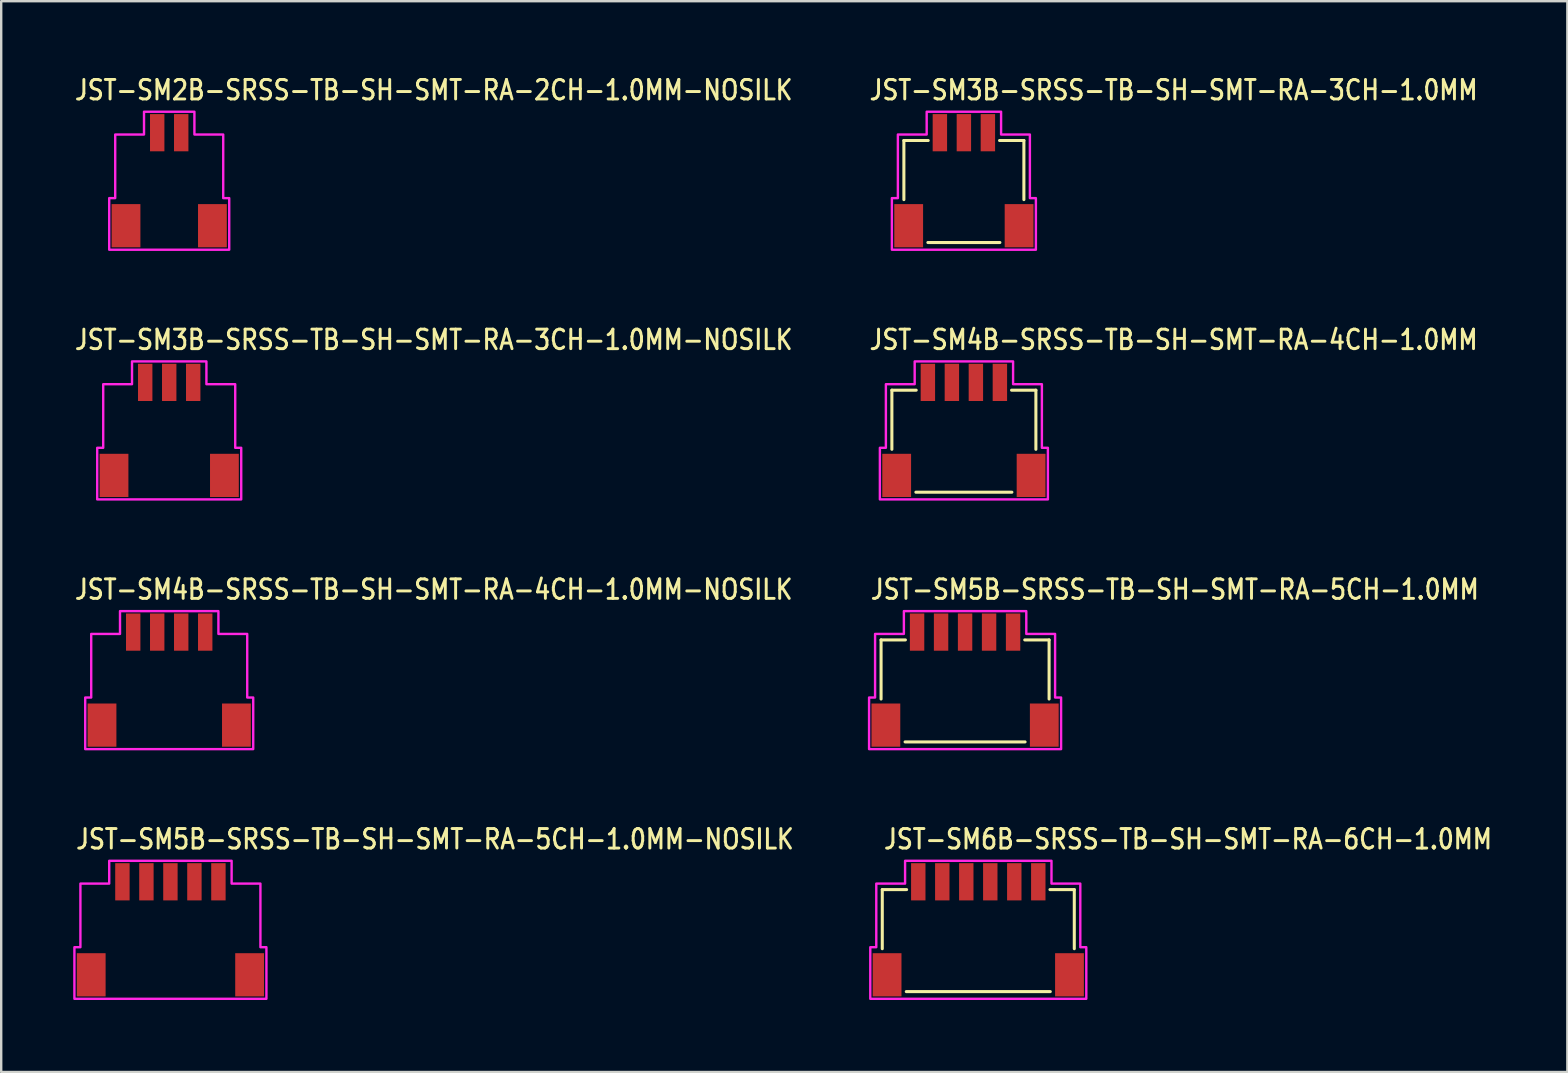
<source format=kicad_pcb>
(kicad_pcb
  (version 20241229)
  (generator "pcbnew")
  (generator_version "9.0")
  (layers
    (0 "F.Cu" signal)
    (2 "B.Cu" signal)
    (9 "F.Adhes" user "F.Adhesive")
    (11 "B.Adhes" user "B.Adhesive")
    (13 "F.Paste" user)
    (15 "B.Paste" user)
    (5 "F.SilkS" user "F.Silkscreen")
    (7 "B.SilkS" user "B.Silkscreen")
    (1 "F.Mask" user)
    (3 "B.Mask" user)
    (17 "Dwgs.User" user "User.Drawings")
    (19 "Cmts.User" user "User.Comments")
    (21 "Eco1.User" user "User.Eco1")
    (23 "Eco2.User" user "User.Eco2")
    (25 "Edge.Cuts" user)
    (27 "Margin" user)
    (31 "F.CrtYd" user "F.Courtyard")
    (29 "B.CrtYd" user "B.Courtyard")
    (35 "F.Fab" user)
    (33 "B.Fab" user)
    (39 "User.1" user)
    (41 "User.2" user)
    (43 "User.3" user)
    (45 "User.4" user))
  (footprint "JST-SM5B-SRSS-TB-SH-SMT-RA-5CH-1.0MM-NOSILK"
    (layer "F.Cu")
    (at 4.05 35.689)
    (property "Reference" "JST-SM5B-SRSS-TB-SH-SMT-RA-5CH-1.0MM-NOSILK" (at -4 -3.3 0) (unlocked yes) (layer "F.SilkS") (effects (font (size 0.813 0.695) (thickness 0.122)) (justify left bottom)))
    (fp_poly (pts (xy -4 2.875) (xy -4 0.725) (xy -3.75 0.725) (xy -3.75 -1.925) (xy -2.55 -1.925) (xy -2.55 -2.875) (xy 2.55 -2.875) (xy 2.55 -1.925) (xy 3.75 -1.925) (xy 3.75 0.725) (xy 4 0.725) (xy 4 2.875)) (stroke (width 0.1) (type solid)) (fill no) (layer "F.CrtYd"))
    (pad "1" smd rect (at -2 -2) (size 0.6 1.55) (layers "F.Cu" "F.Mask" "F.Paste"))
    (pad "2" smd rect (at -1 -2) (size 0.6 1.55) (layers "F.Cu" "F.Mask" "F.Paste"))
    (pad "3" smd rect (at 0 -2) (size 0.6 1.55) (layers "F.Cu" "F.Mask" "F.Paste"))
    (pad "4" smd rect (at 1 -2) (size 0.6 1.55) (layers "F.Cu" "F.Mask" "F.Paste"))
    (pad "5" smd rect (at 2 -2) (size 0.6 1.55) (layers "F.Cu" "F.Mask" "F.Paste"))
    (pad "S_5" smd rect (at -3.3 1.875) (size 1.2 1.8) (layers "F.Cu" "F.Mask" "F.Paste"))
    (pad "S_6" smd rect (at 3.3 1.875) (size 1.2 1.8) (layers "F.Cu" "F.Mask" "F.Paste")))
  (footprint "JST-SM4B-SRSS-TB-SH-SMT-RA-4CH-1.0MM-NOSILK"
    (layer "F.Cu")
    (at 4 25.286)
    (property "Reference" "JST-SM4B-SRSS-TB-SH-SMT-RA-4CH-1.0MM-NOSILK" (at -4 -3.3 0) (unlocked yes) (layer "F.SilkS") (effects (font (size 0.813 0.695) (thickness 0.122)) (justify left bottom)))
    (fp_poly (pts (xy -3.5 2.875) (xy -3.5 0.725) (xy -3.25 0.725) (xy -3.25 -1.925) (xy -2.05 -1.925) (xy -2.05 -2.875) (xy 2.05 -2.875) (xy 2.05 -1.925) (xy 3.25 -1.925) (xy 3.25 0.725) (xy 3.5 0.725) (xy 3.5 2.875)) (stroke (width 0.1) (type solid)) (fill no) (layer "F.CrtYd"))
    (pad "1" smd rect (at -1.5 -2) (size 0.6 1.55) (layers "F.Cu" "F.Mask" "F.Paste"))
    (pad "2" smd rect (at -0.5 -2) (size 0.6 1.55) (layers "F.Cu" "F.Mask" "F.Paste"))
    (pad "3" smd rect (at 0.5 -2) (size 0.6 1.55) (layers "F.Cu" "F.Mask" "F.Paste"))
    (pad "4" smd rect (at 1.5 -2) (size 0.6 1.55) (layers "F.Cu" "F.Mask" "F.Paste"))
    (pad "S_4" smd rect (at -2.8 1.875) (size 1.2 1.8) (layers "F.Cu" "F.Mask" "F.Paste"))
    (pad "S_5" smd rect (at 2.8 1.875) (size 1.2 1.8) (layers "F.Cu" "F.Mask" "F.Paste")))
  (footprint "JST-SM3B-SRSS-TB-SH-SMT-RA-3CH-1.0MM"
    (layer "F.Cu")
    (at 37.109 4.479)
    (property "Reference" "JST-SM3B-SRSS-TB-SH-SMT-RA-3CH-1.0MM" (at -4 -3.3 0) (unlocked yes) (layer "F.SilkS") (effects (font (size 0.813 0.695) (thickness 0.122)) (justify left bottom)))
    (fp_line (start -2.5 -1.675) (end -1.486 -1.675) (stroke (width 0.127) (type solid)) (layer "F.SilkS"))
    (fp_line (start -2.5 0.788) (end -2.5 -1.675) (stroke (width 0.127) (type solid)) (layer "F.SilkS"))
    (fp_line (start -1.5 2.575) (end 1.5 2.575) (stroke (width 0.127) (type solid)) (layer "F.SilkS"))
    (fp_line (start 1.486 -1.675) (end 2.5 -1.675) (stroke (width 0.127) (type solid)) (layer "F.SilkS"))
    (fp_line (start 2.5 -1.675) (end 2.5 0.788) (stroke (width 0.127) (type solid)) (layer "F.SilkS"))
    (fp_poly (pts (xy -3 2.875) (xy -3 0.725) (xy -2.75 0.725) (xy -2.75 -1.925) (xy -1.55 -1.925) (xy -1.55 -2.875) (xy 1.55 -2.875) (xy 1.55 -1.925) (xy 2.75 -1.925) (xy 2.75 0.725) (xy 3 0.725) (xy 3 2.875)) (stroke (width 0.1) (type solid)) (fill no) (layer "F.CrtYd"))
    (pad "1" smd rect (at -1 -2) (size 0.6 1.55) (layers "F.Cu" "F.Mask" "F.Paste"))
    (pad "2" smd rect (at 0 -2) (size 0.6 1.55) (layers "F.Cu" "F.Mask" "F.Paste"))
    (pad "3" smd rect (at 1 -2) (size 0.6 1.55) (layers "F.Cu" "F.Mask" "F.Paste"))
    (pad "S_2" smd rect (at -2.3 1.875) (size 1.2 1.8) (layers "F.Cu" "F.Mask" "F.Paste"))
    (pad "S_3" smd rect (at 2.3 1.875) (size 1.2 1.8) (layers "F.Cu" "F.Mask" "F.Paste")))
  (footprint "JST-SM2B-SRSS-TB-SH-SMT-RA-2CH-1.0MM-NOSILK"
    (layer "F.Cu")
    (at 4 4.479)
    (property "Reference" "JST-SM2B-SRSS-TB-SH-SMT-RA-2CH-1.0MM-NOSILK" (at -4 -3.3 0) (unlocked yes) (layer "F.SilkS") (effects (font (size 0.813 0.695) (thickness 0.122)) (justify left bottom)))
    (fp_poly (pts (xy -2.5 2.875) (xy -2.5 0.725) (xy -2.25 0.725) (xy -2.25 -1.925) (xy -1.05 -1.925) (xy -1.05 -2.875) (xy 1.05 -2.875) (xy 1.05 -1.925) (xy 2.25 -1.925) (xy 2.25 0.725) (xy 2.5 0.725) (xy 2.5 2.875)) (stroke (width 0.1) (type solid)) (fill no) (layer "F.CrtYd"))
    (pad "1" smd rect (at -0.5 -2) (size 0.6 1.55) (layers "F.Cu" "F.Mask" "F.Paste"))
    (pad "2" smd rect (at 0.5 -2) (size 0.6 1.55) (layers "F.Cu" "F.Mask" "F.Paste"))
    (pad "S_2" smd rect (at -1.8 1.875) (size 1.2 1.8) (layers "F.Cu" "F.Mask" "F.Paste"))
    (pad "S_3" smd rect (at 1.8 1.875) (size 1.2 1.8) (layers "F.Cu" "F.Mask" "F.Paste")))
  (footprint "JST-SM3B-SRSS-TB-SH-SMT-RA-3CH-1.0MM-NOSILK"
    (layer "F.Cu")
    (at 4 14.882)
    (property "Reference" "JST-SM3B-SRSS-TB-SH-SMT-RA-3CH-1.0MM-NOSILK" (at -4 -3.3 0) (unlocked yes) (layer "F.SilkS") (effects (font (size 0.813 0.695) (thickness 0.122)) (justify left bottom)))
    (fp_poly (pts (xy -3 2.875) (xy -3 0.725) (xy -2.75 0.725) (xy -2.75 -1.925) (xy -1.55 -1.925) (xy -1.55 -2.875) (xy 1.55 -2.875) (xy 1.55 -1.925) (xy 2.75 -1.925) (xy 2.75 0.725) (xy 3 0.725) (xy 3 2.875)) (stroke (width 0.1) (type solid)) (fill no) (layer "F.CrtYd"))
    (pad "1" smd rect (at -1 -2) (size 0.6 1.55) (layers "F.Cu" "F.Mask" "F.Paste"))
    (pad "2" smd rect (at 0 -2) (size 0.6 1.55) (layers "F.Cu" "F.Mask" "F.Paste"))
    (pad "3" smd rect (at 1 -2) (size 0.6 1.55) (layers "F.Cu" "F.Mask" "F.Paste"))
    (pad "S_3" smd rect (at -2.3 1.875) (size 1.2 1.8) (layers "F.Cu" "F.Mask" "F.Paste"))
    (pad "S_4" smd rect (at 2.3 1.875) (size 1.2 1.8) (layers "F.Cu" "F.Mask" "F.Paste")))
  (footprint "JST-SM4B-SRSS-TB-SH-SMT-RA-4CH-1.0MM"
    (layer "F.Cu")
    (at 37.109 14.882)
    (property "Reference" "JST-SM4B-SRSS-TB-SH-SMT-RA-4CH-1.0MM" (at -4 -3.3 0) (unlocked yes) (layer "F.SilkS") (effects (font (size 0.813 0.695) (thickness 0.122)) (justify left bottom)))
    (fp_line (start -3 -1.675) (end -1.986 -1.675) (stroke (width 0.127) (type solid)) (layer "F.SilkS"))
    (fp_line (start -3 0.788) (end -3 -1.675) (stroke (width 0.127) (type solid)) (layer "F.SilkS"))
    (fp_line (start -2 2.575) (end 2 2.575) (stroke (width 0.127) (type solid)) (layer "F.SilkS"))
    (fp_line (start 1.986 -1.675) (end 3 -1.675) (stroke (width 0.127) (type solid)) (layer "F.SilkS"))
    (fp_line (start 3 -1.675) (end 3 0.788) (stroke (width 0.127) (type solid)) (layer "F.SilkS"))
    (fp_poly (pts (xy -3.5 2.875) (xy -3.5 0.725) (xy -3.25 0.725) (xy -3.25 -1.925) (xy -2.05 -1.925) (xy -2.05 -2.875) (xy 2.05 -2.875) (xy 2.05 -1.925) (xy 3.25 -1.925) (xy 3.25 0.725) (xy 3.5 0.725) (xy 3.5 2.875)) (stroke (width 0.1) (type solid)) (fill no) (layer "F.CrtYd"))
    (pad "1" smd rect (at -1.5 -2) (size 0.6 1.55) (layers "F.Cu" "F.Mask" "F.Paste"))
    (pad "2" smd rect (at -0.5 -2) (size 0.6 1.55) (layers "F.Cu" "F.Mask" "F.Paste"))
    (pad "3" smd rect (at 0.5 -2) (size 0.6 1.55) (layers "F.Cu" "F.Mask" "F.Paste"))
    (pad "4" smd rect (at 1.5 -2) (size 0.6 1.55) (layers "F.Cu" "F.Mask" "F.Paste"))
    (pad "S_3" smd rect (at -2.8 1.875) (size 1.2 1.8) (layers "F.Cu" "F.Mask" "F.Paste"))
    (pad "S_4" smd rect (at 2.8 1.875) (size 1.2 1.8) (layers "F.Cu" "F.Mask" "F.Paste")))
  (footprint "JST-SM5B-SRSS-TB-SH-SMT-RA-5CH-1.0MM"
    (layer "F.Cu")
    (at 37.159 25.286)
    (property "Reference" "JST-SM5B-SRSS-TB-SH-SMT-RA-5CH-1.0MM" (at -4 -3.3 0) (unlocked yes) (layer "F.SilkS") (effects (font (size 0.813 0.695) (thickness 0.122)) (justify left bottom)))
    (fp_line (start -3.5 -1.675) (end -2.486 -1.675) (stroke (width 0.127) (type solid)) (layer "F.SilkS"))
    (fp_line (start -3.5 0.788) (end -3.5 -1.675) (stroke (width 0.127) (type solid)) (layer "F.SilkS"))
    (fp_line (start -2.5 2.575) (end 2.5 2.575) (stroke (width 0.127) (type solid)) (layer "F.SilkS"))
    (fp_line (start 2.486 -1.675) (end 3.5 -1.675) (stroke (width 0.127) (type solid)) (layer "F.SilkS"))
    (fp_line (start 3.5 -1.675) (end 3.5 0.788) (stroke (width 0.127) (type solid)) (layer "F.SilkS"))
    (fp_poly (pts (xy -4 2.875) (xy -4 0.725) (xy -3.75 0.725) (xy -3.75 -1.925) (xy -2.55 -1.925) (xy -2.55 -2.875) (xy 2.55 -2.875) (xy 2.55 -1.925) (xy 3.75 -1.925) (xy 3.75 0.725) (xy 4 0.725) (xy 4 2.875)) (stroke (width 0.1) (type solid)) (fill no) (layer "F.CrtYd"))
    (pad "1" smd rect (at -2 -2) (size 0.6 1.55) (layers "F.Cu" "F.Mask" "F.Paste"))
    (pad "2" smd rect (at -1 -2) (size 0.6 1.55) (layers "F.Cu" "F.Mask" "F.Paste"))
    (pad "3" smd rect (at 0 -2) (size 0.6 1.55) (layers "F.Cu" "F.Mask" "F.Paste"))
    (pad "4" smd rect (at 1 -2) (size 0.6 1.55) (layers "F.Cu" "F.Mask" "F.Paste"))
    (pad "5" smd rect (at 2 -2) (size 0.6 1.55) (layers "F.Cu" "F.Mask" "F.Paste"))
    (pad "S_4" smd rect (at -3.3 1.875) (size 1.2 1.8) (layers "F.Cu" "F.Mask" "F.Paste"))
    (pad "S_5" smd rect (at 3.3 1.875) (size 1.2 1.8) (layers "F.Cu" "F.Mask" "F.Paste")))
  (footprint "JST-SM6B-SRSS-TB-SH-SMT-RA-6CH-1.0MM"
    (layer "F.Cu")
    (at 37.709 35.689)
    (property "Reference" "JST-SM6B-SRSS-TB-SH-SMT-RA-6CH-1.0MM" (at -4 -3.3 0) (unlocked yes) (layer "F.SilkS") (effects (font (size 0.813 0.695) (thickness 0.122)) (justify left bottom)))
    (fp_line (start -4 -1.675) (end -2.986 -1.675) (stroke (width 0.127) (type solid)) (layer "F.SilkS"))
    (fp_line (start -4 0.788) (end -4 -1.675) (stroke (width 0.127) (type solid)) (layer "F.SilkS"))
    (fp_line (start -3 2.575) (end 3 2.575) (stroke (width 0.127) (type solid)) (layer "F.SilkS"))
    (fp_line (start 2.986 -1.675) (end 4 -1.675) (stroke (width 0.127) (type solid)) (layer "F.SilkS"))
    (fp_line (start 4 -1.675) (end 4 0.788) (stroke (width 0.127) (type solid)) (layer "F.SilkS"))
    (fp_poly (pts (xy -4.5 2.875) (xy -4.5 0.725) (xy -4.25 0.725) (xy -4.25 -1.925) (xy -3.05 -1.925) (xy -3.05 -2.875) (xy 3.05 -2.875) (xy 3.05 -1.925) (xy 4.25 -1.925) (xy 4.25 0.725) (xy 4.5 0.725) (xy 4.5 2.875)) (stroke (width 0.1) (type solid)) (fill no) (layer "F.CrtYd"))
    (pad "1" smd rect (at -2.5 -2) (size 0.6 1.55) (layers "F.Cu" "F.Mask" "F.Paste"))
    (pad "2" smd rect (at -1.5 -2) (size 0.6 1.55) (layers "F.Cu" "F.Mask" "F.Paste"))
    (pad "3" smd rect (at -0.5 -2) (size 0.6 1.55) (layers "F.Cu" "F.Mask" "F.Paste"))
    (pad "4" smd rect (at 0.5 -2) (size 0.6 1.55) (layers "F.Cu" "F.Mask" "F.Paste"))
    (pad "5" smd rect (at 1.5 -2) (size 0.6 1.55) (layers "F.Cu" "F.Mask" "F.Paste"))
    (pad "6" smd rect (at 2.5 -2) (size 0.6 1.55) (layers "F.Cu" "F.Mask" "F.Paste"))
    (pad "S_5" smd rect (at -3.8 1.875) (size 1.2 1.8) (layers "F.Cu" "F.Mask" "F.Paste"))
    (pad "S_6" smd rect (at 3.8 1.875) (size 1.2 1.8) (layers "F.Cu" "F.Mask" "F.Paste")))
  (gr_rect
    (start -3 -3)
    (end 62.252 41.614)
    (stroke (width 0.1) (type default))
    (fill no)
    (layer "Edge.Cuts")))
</source>
